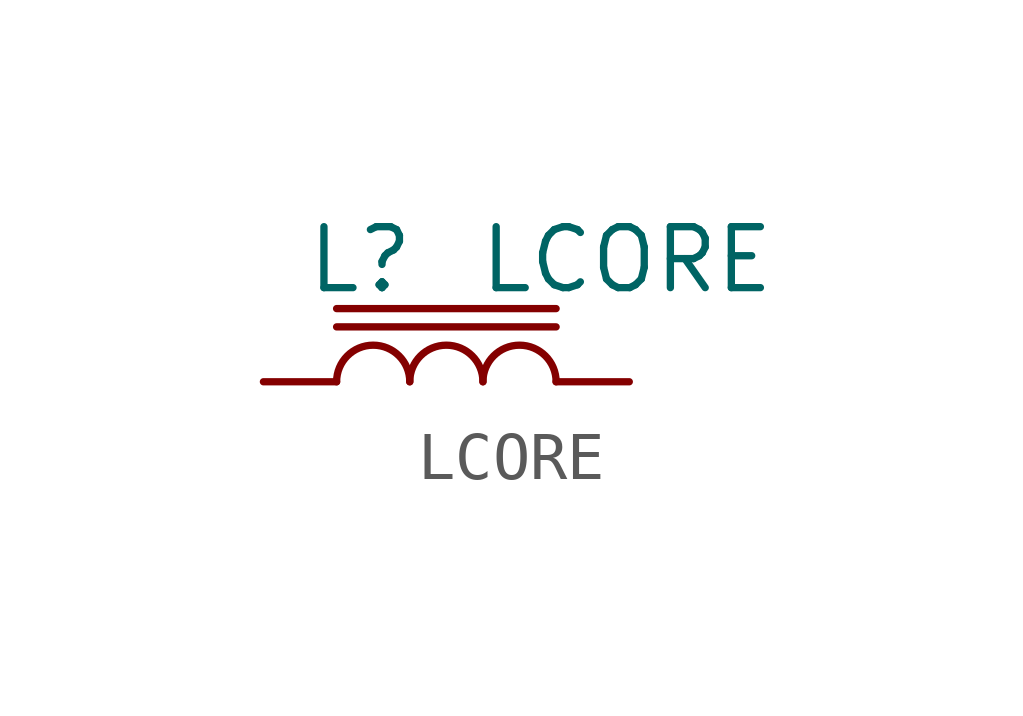
<source format=kicad_sym>
(kicad_symbol_lib
  (version 20211014)
  (generator kicad_symbol_editor)
  (symbol "LCORE"
    (pin_numbers hide)
    (pin_names
      (offset 0) hide)
    (property "Reference" "L"
      (at 3.175 2.54 0)
      (effects (font (size 1.27 1.27)) (justify right)))
    (property "Value" "LCORE"
      (at 4.445 2.54 0)
      (effects (font (size 1.27 1.27)) (justify left)))
    (symbol "LCORE_0_1"
      (polyline (pts (xy 1.524 1.143) (xy 6.096 1.143)) (stroke (width 0) (type default) (color 0 0 0 0)) (fill (type none)))
      (polyline (pts (xy 6.096 1.524) (xy 1.524 1.524)) (stroke (width 0) (type default) (color 0 0 0 0)) (fill (type none)))
      (arc (start 3.048 0) (mid 2.286 0.762) (end 1.524 0) (stroke (width 0) (type default) (color 0 0 0 0)) (fill (type none)))
      (arc (start 4.572 0) (mid 3.81 0.762) (end 3.048 0) (stroke (width 0) (type default) (color 0 0 0 0)) (fill (type none)))
      (arc (start 6.096 0) (mid 5.334 0.762) (end 4.572 0) (stroke (width 0) (type default) (color 0 0 0 0)) (fill (type none))))
    (symbol "LCORE_1_1"
      (pin passive line (at 0 0 0) (length 1.524) (name "~" (effects (font (size 1.27 1.27)))) (number "1" (effects (font (size 1.27 1.27)))))
      (pin passive line (at 7.62 0 180) (length 1.524) (name "~" (effects (font (size 1.27 1.27)))) (number "2" (effects (font (size 1.27 1.27))))))))
</source>
